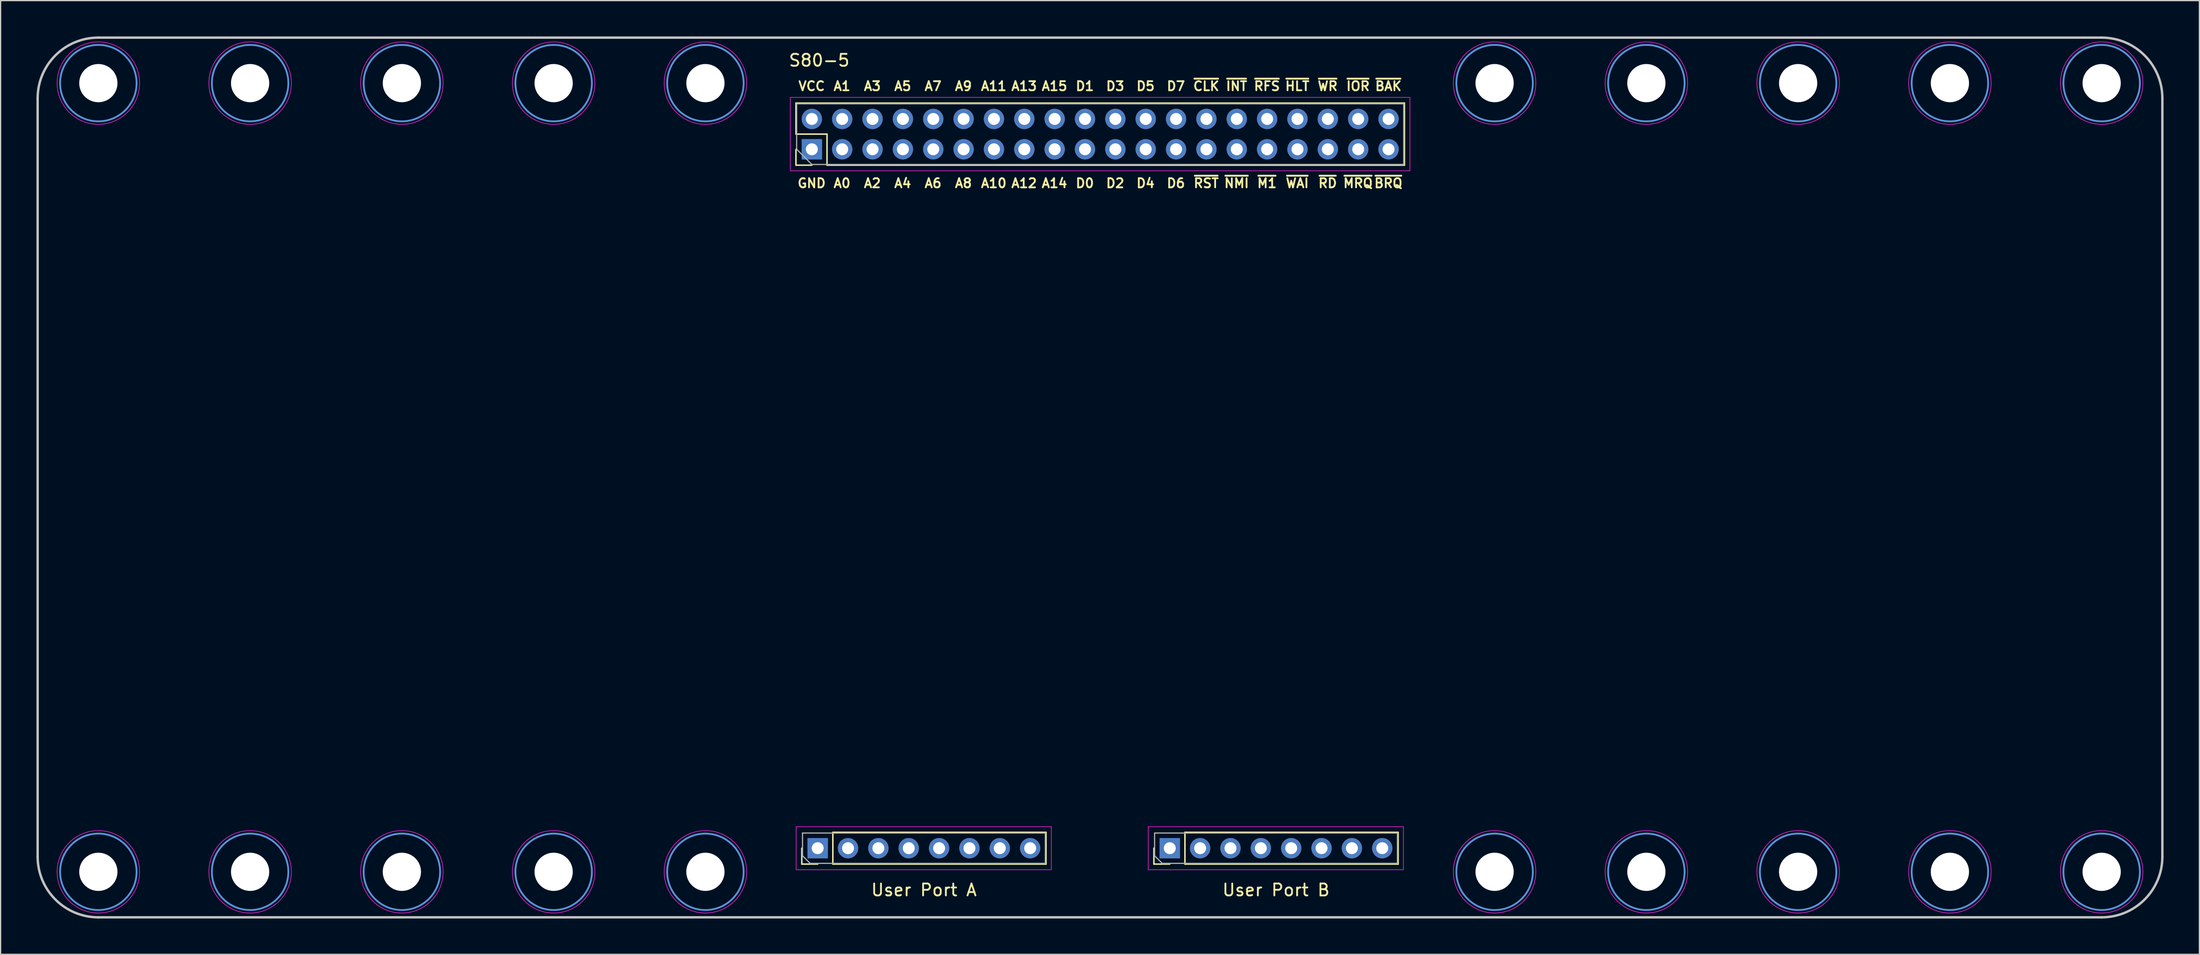
<source format=kicad_pcb>
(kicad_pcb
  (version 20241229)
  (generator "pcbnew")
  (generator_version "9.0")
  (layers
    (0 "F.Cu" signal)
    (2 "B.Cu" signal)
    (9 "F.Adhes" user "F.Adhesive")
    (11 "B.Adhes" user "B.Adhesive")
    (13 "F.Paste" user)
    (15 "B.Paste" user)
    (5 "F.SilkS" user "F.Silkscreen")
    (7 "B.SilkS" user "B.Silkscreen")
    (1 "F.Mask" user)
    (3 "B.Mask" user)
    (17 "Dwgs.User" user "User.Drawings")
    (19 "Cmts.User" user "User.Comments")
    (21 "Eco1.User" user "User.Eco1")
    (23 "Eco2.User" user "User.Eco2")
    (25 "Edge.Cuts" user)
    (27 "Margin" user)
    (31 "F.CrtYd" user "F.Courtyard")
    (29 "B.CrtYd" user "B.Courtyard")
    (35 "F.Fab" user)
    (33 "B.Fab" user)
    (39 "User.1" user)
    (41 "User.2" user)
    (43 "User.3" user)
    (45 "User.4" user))
  (footprint "S80-5"
    (layer "F.Cu")
    (at 89 36.93)
    (property "Reference" "S80-5" (at -23.495 -34.925 0) (layer "F.SilkS") (effects (font (size 1 1) (thickness 0.15))))
    (attr through_hole)
    (fp_line (start -25.444 -31.35) (end 25.476 -31.35) (stroke (width 0.12) (type solid)) (layer "F.SilkS"))
    (fp_line (start -25.444 -28.75) (end -25.444 -31.35) (stroke (width 0.12) (type solid)) (layer "F.SilkS"))
    (fp_line (start -25.444 -26.15) (end -25.444 -27.48) (stroke (width 0.12) (type solid)) (layer "F.SilkS"))
    (fp_line (start -24.955 32.372) (end -24.955 31.042) (stroke (width 0.12) (type solid)) (layer "F.SilkS"))
    (fp_line (start -24.114 -26.15) (end -25.444 -26.15) (stroke (width 0.12) (type solid)) (layer "F.SilkS"))
    (fp_line (start -23.625 32.372) (end -24.955 32.372) (stroke (width 0.12) (type solid)) (layer "F.SilkS"))
    (fp_line (start -22.844 -28.75) (end -25.444 -28.75) (stroke (width 0.12) (type solid)) (layer "F.SilkS"))
    (fp_line (start -22.844 -26.15) (end -22.844 -28.75) (stroke (width 0.12) (type solid)) (layer "F.SilkS"))
    (fp_line (start -22.844 -26.15) (end 25.476 -26.15) (stroke (width 0.12) (type solid)) (layer "F.SilkS"))
    (fp_line (start -22.355 29.712) (end -4.515 29.712) (stroke (width 0.12) (type solid)) (layer "F.SilkS"))
    (fp_line (start -22.355 32.372) (end -22.355 29.712) (stroke (width 0.12) (type solid)) (layer "F.SilkS"))
    (fp_line (start -22.355 32.372) (end -4.515 32.372) (stroke (width 0.12) (type solid)) (layer "F.SilkS"))
    (fp_line (start -4.515 32.372) (end -4.515 29.712) (stroke (width 0.12) (type solid)) (layer "F.SilkS"))
    (fp_line (start 4.509 32.372) (end 4.509 31.042) (stroke (width 0.12) (type solid)) (layer "F.SilkS"))
    (fp_line (start 5.839 32.372) (end 4.509 32.372) (stroke (width 0.12) (type solid)) (layer "F.SilkS"))
    (fp_line (start 7.109 29.712) (end 24.949 29.712) (stroke (width 0.12) (type solid)) (layer "F.SilkS"))
    (fp_line (start 7.109 32.372) (end 7.109 29.712) (stroke (width 0.12) (type solid)) (layer "F.SilkS"))
    (fp_line (start 7.109 32.372) (end 24.949 32.372) (stroke (width 0.12) (type solid)) (layer "F.SilkS"))
    (fp_line (start 24.949 32.372) (end 24.949 29.712) (stroke (width 0.12) (type solid)) (layer "F.SilkS"))
    (fp_line (start 25.476 -26.15) (end 25.476 -31.35) (stroke (width 0.12) (type solid)) (layer "F.SilkS"))
    (fp_line (start -88.9 -31.75) (end -88.9 31.75) (stroke (width 0.2) (type solid)) (layer "Dwgs.User"))
    (fp_line (start -83.82 -36.83) (end 83.82 -36.83) (stroke (width 0.2) (type solid)) (layer "Dwgs.User"))
    (fp_line (start -83.82 36.83) (end 83.82 36.83) (stroke (width 0.2) (type solid)) (layer "Dwgs.User"))
    (fp_line (start 88.9 -31.75) (end 88.9 31.75) (stroke (width 0.2) (type solid)) (layer "Dwgs.User"))
    (fp_arc (start -88.9 -31.75) (mid -87.412102 -35.342102) (end -83.82 -36.83) (stroke (width 0.2) (type solid)) (layer "Dwgs.User"))
    (fp_arc (start -83.82 36.83) (mid -87.412102 35.342102) (end -88.9 31.75) (stroke (width 0.2) (type solid)) (layer "Dwgs.User"))
    (fp_arc (start 83.82 -36.83) (mid 87.412102 -35.342102) (end 88.9 -31.75) (stroke (width 0.2) (type solid)) (layer "Dwgs.User"))
    (fp_arc (start 88.9 31.75) (mid 87.412102 35.342102) (end 83.82 36.83) (stroke (width 0.2) (type solid)) (layer "Dwgs.User"))
    (fp_circle (center -83.82 -33.02) (end -80.62 -33.02) (stroke (width 0.15) (type solid)) (fill no) (layer "Cmts.User"))
    (fp_circle (center -83.82 33.02) (end -80.62 33.02) (stroke (width 0.15) (type solid)) (fill no) (layer "Cmts.User"))
    (fp_circle (center -71.12 -33.02) (end -67.92 -33.02) (stroke (width 0.15) (type solid)) (fill no) (layer "Cmts.User"))
    (fp_circle (center -71.12 33.02) (end -67.92 33.02) (stroke (width 0.15) (type solid)) (fill no) (layer "Cmts.User"))
    (fp_circle (center -58.42 -33.02) (end -55.22 -33.02) (stroke (width 0.15) (type solid)) (fill no) (layer "Cmts.User"))
    (fp_circle (center -58.42 33.02) (end -55.22 33.02) (stroke (width 0.15) (type solid)) (fill no) (layer "Cmts.User"))
    (fp_circle (center -45.72 -33.02) (end -42.52 -33.02) (stroke (width 0.15) (type solid)) (fill no) (layer "Cmts.User"))
    (fp_circle (center -45.72 33.02) (end -42.52 33.02) (stroke (width 0.15) (type solid)) (fill no) (layer "Cmts.User"))
    (fp_circle (center -33.02 -33.02) (end -29.82 -33.02) (stroke (width 0.15) (type solid)) (fill no) (layer "Cmts.User"))
    (fp_circle (center -33.02 33.02) (end -29.82 33.02) (stroke (width 0.15) (type solid)) (fill no) (layer "Cmts.User"))
    (fp_circle (center 33.02 -33.02) (end 36.22 -33.02) (stroke (width 0.15) (type solid)) (fill no) (layer "Cmts.User"))
    (fp_circle (center 33.02 33.02) (end 36.22 33.02) (stroke (width 0.15) (type solid)) (fill no) (layer "Cmts.User"))
    (fp_circle (center 45.72 -33.02) (end 48.92 -33.02) (stroke (width 0.15) (type solid)) (fill no) (layer "Cmts.User"))
    (fp_circle (center 45.72 33.02) (end 48.92 33.02) (stroke (width 0.15) (type solid)) (fill no) (layer "Cmts.User"))
    (fp_circle (center 58.42 -33.02) (end 61.62 -33.02) (stroke (width 0.15) (type solid)) (fill no) (layer "Cmts.User"))
    (fp_circle (center 58.42 33.02) (end 61.62 33.02) (stroke (width 0.15) (type solid)) (fill no) (layer "Cmts.User"))
    (fp_circle (center 71.12 -33.02) (end 74.32 -33.02) (stroke (width 0.15) (type solid)) (fill no) (layer "Cmts.User"))
    (fp_circle (center 71.12 33.02) (end 74.32 33.02) (stroke (width 0.15) (type solid)) (fill no) (layer "Cmts.User"))
    (fp_circle (center 83.82 -33.02) (end 87.02 -33.02) (stroke (width 0.15) (type solid)) (fill no) (layer "Cmts.User"))
    (fp_circle (center 83.82 33.02) (end 87.02 33.02) (stroke (width 0.15) (type solid)) (fill no) (layer "Cmts.User"))
    (fp_line (start -25.914 -31.83) (end -25.914 -25.68) (stroke (width 0.05) (type solid)) (layer "F.CrtYd"))
    (fp_line (start -25.914 -25.68) (end 25.936 -25.68) (stroke (width 0.05) (type solid)) (layer "F.CrtYd"))
    (fp_line (start -25.425 29.242) (end -25.425 32.842) (stroke (width 0.05) (type solid)) (layer "F.CrtYd"))
    (fp_line (start -25.425 32.842) (end -4.075 32.842) (stroke (width 0.05) (type solid)) (layer "F.CrtYd"))
    (fp_line (start -4.075 29.242) (end -25.425 29.242) (stroke (width 0.05) (type solid)) (layer "F.CrtYd"))
    (fp_line (start -4.075 32.842) (end -4.075 29.242) (stroke (width 0.05) (type solid)) (layer "F.CrtYd"))
    (fp_line (start 4.039 29.242) (end 4.039 32.842) (stroke (width 0.05) (type solid)) (layer "F.CrtYd"))
    (fp_line (start 4.039 32.842) (end 25.389 32.842) (stroke (width 0.05) (type solid)) (layer "F.CrtYd"))
    (fp_line (start 25.389 29.242) (end 4.039 29.242) (stroke (width 0.05) (type solid)) (layer "F.CrtYd"))
    (fp_line (start 25.389 32.842) (end 25.389 29.242) (stroke (width 0.05) (type solid)) (layer "F.CrtYd"))
    (fp_line (start 25.936 -31.83) (end -25.914 -31.83) (stroke (width 0.05) (type solid)) (layer "F.CrtYd"))
    (fp_line (start 25.936 -25.68) (end 25.936 -31.83) (stroke (width 0.05) (type solid)) (layer "F.CrtYd"))
    (fp_circle (center -83.82 -33.02) (end -80.37 -33.02) (stroke (width 0.05) (type solid)) (fill no) (layer "F.CrtYd"))
    (fp_circle (center -83.82 33.02) (end -80.37 33.02) (stroke (width 0.05) (type solid)) (fill no) (layer "F.CrtYd"))
    (fp_circle (center -71.12 -33.02) (end -67.67 -33.02) (stroke (width 0.05) (type solid)) (fill no) (layer "F.CrtYd"))
    (fp_circle (center -71.12 33.02) (end -67.67 33.02) (stroke (width 0.05) (type solid)) (fill no) (layer "F.CrtYd"))
    (fp_circle (center -58.42 -33.02) (end -54.97 -33.02) (stroke (width 0.05) (type solid)) (fill no) (layer "F.CrtYd"))
    (fp_circle (center -58.42 33.02) (end -54.97 33.02) (stroke (width 0.05) (type solid)) (fill no) (layer "F.CrtYd"))
    (fp_circle (center -45.72 -33.02) (end -42.27 -33.02) (stroke (width 0.05) (type solid)) (fill no) (layer "F.CrtYd"))
    (fp_circle (center -45.72 33.02) (end -42.27 33.02) (stroke (width 0.05) (type solid)) (fill no) (layer "F.CrtYd"))
    (fp_circle (center -33.02 -33.02) (end -29.57 -33.02) (stroke (width 0.05) (type solid)) (fill no) (layer "F.CrtYd"))
    (fp_circle (center -33.02 33.02) (end -29.57 33.02) (stroke (width 0.05) (type solid)) (fill no) (layer "F.CrtYd"))
    (fp_circle (center 33.02 -33.02) (end 36.47 -33.02) (stroke (width 0.05) (type solid)) (fill no) (layer "F.CrtYd"))
    (fp_circle (center 33.02 33.02) (end 36.47 33.02) (stroke (width 0.05) (type solid)) (fill no) (layer "F.CrtYd"))
    (fp_circle (center 45.72 -33.02) (end 49.17 -33.02) (stroke (width 0.05) (type solid)) (fill no) (layer "F.CrtYd"))
    (fp_circle (center 45.72 33.02) (end 49.17 33.02) (stroke (width 0.05) (type solid)) (fill no) (layer "F.CrtYd"))
    (fp_circle (center 58.42 -33.02) (end 61.87 -33.02) (stroke (width 0.05) (type solid)) (fill no) (layer "F.CrtYd"))
    (fp_circle (center 58.42 33.02) (end 61.87 33.02) (stroke (width 0.05) (type solid)) (fill no) (layer "F.CrtYd"))
    (fp_circle (center 71.12 -33.02) (end 74.57 -33.02) (stroke (width 0.05) (type solid)) (fill no) (layer "F.CrtYd"))
    (fp_circle (center 71.12 33.02) (end 74.57 33.02) (stroke (width 0.05) (type solid)) (fill no) (layer "F.CrtYd"))
    (fp_circle (center 83.82 -33.02) (end 87.27 -33.02) (stroke (width 0.05) (type solid)) (fill no) (layer "F.CrtYd"))
    (fp_circle (center 83.82 33.02) (end 87.27 33.02) (stroke (width 0.05) (type solid)) (fill no) (layer "F.CrtYd"))
    (fp_line (start -25.384 -31.29) (end 25.416 -31.29) (stroke (width 0.1) (type solid)) (layer "F.Fab"))
    (fp_line (start -25.384 -27.48) (end -25.384 -31.29) (stroke (width 0.1) (type solid)) (layer "F.Fab"))
    (fp_line (start -24.895 29.772) (end -4.575 29.772) (stroke (width 0.1) (type solid)) (layer "F.Fab"))
    (fp_line (start -24.895 31.677) (end -24.895 29.772) (stroke (width 0.1) (type solid)) (layer "F.Fab"))
    (fp_line (start -24.26 32.312) (end -24.895 31.677) (stroke (width 0.1) (type solid)) (layer "F.Fab"))
    (fp_line (start -24.114 -26.21) (end -25.384 -27.48) (stroke (width 0.1) (type solid)) (layer "F.Fab"))
    (fp_line (start -4.575 29.772) (end -4.575 32.312) (stroke (width 0.1) (type solid)) (layer "F.Fab"))
    (fp_line (start -4.575 32.312) (end -24.26 32.312) (stroke (width 0.1) (type solid)) (layer "F.Fab"))
    (fp_line (start 4.569 29.772) (end 24.889 29.772) (stroke (width 0.1) (type solid)) (layer "F.Fab"))
    (fp_line (start 4.569 31.677) (end 4.569 29.772) (stroke (width 0.1) (type solid)) (layer "F.Fab"))
    (fp_line (start 5.204 32.312) (end 4.569 31.677) (stroke (width 0.1) (type solid)) (layer "F.Fab"))
    (fp_line (start 24.889 29.772) (end 24.889 32.312) (stroke (width 0.1) (type solid)) (layer "F.Fab"))
    (fp_line (start 24.889 32.312) (end 5.204 32.312) (stroke (width 0.1) (type solid)) (layer "F.Fab"))
    (fp_line (start 25.416 -31.29) (end 25.416 -26.21) (stroke (width 0.1) (type solid)) (layer "F.Fab"))
    (fp_line (start 25.416 -26.21) (end -24.114 -26.21) (stroke (width 0.1) (type solid)) (layer "F.Fab"))
    (fp_text user "D0" (at -1.27 -24.638 0) (layer "F.SilkS") (effects (font (size 0.762 0.762) (thickness 0.15))))
    (fp_text user "A8" (at -11.43 -24.638 0) (layer "F.SilkS") (effects (font (size 0.762 0.762) (thickness 0.15))))
    (fp_text user "A2" (at -19.05 -24.638 0) (layer "F.SilkS") (effects (font (size 0.762 0.762) (thickness 0.15))))
    (fp_text user "A9" (at -11.43 -32.766 0) (layer "F.SilkS") (effects (font (size 0.762 0.762) (thickness 0.15))))
    (fp_text user "~{WAI}" (at 16.51 -24.638 0) (layer "F.SilkS") (effects (font (size 0.762 0.762) (thickness 0.15))))
    (fp_text user "~{RD}" (at 19.05 -24.638 0) (layer "F.SilkS") (effects (font (size 0.762 0.762) (thickness 0.15))))
    (fp_text user "User Port B" (at 14.732 34.544 0) (layer "F.SilkS") (effects (font (size 1 1) (thickness 0.15))))
    (fp_text user "A10" (at -8.89 -24.638 0) (layer "F.SilkS") (effects (font (size 0.762 0.762) (thickness 0.15))))
    (fp_text user "~{RFS}" (at 13.97 -32.766 0) (layer "F.SilkS") (effects (font (size 0.762 0.762) (thickness 0.15))))
    (fp_text user "User Port A" (at -14.732 34.544 0) (layer "F.SilkS") (effects (font (size 1 1) (thickness 0.15))))
    (fp_text user "A12" (at -6.35 -24.638 0) (layer "F.SilkS") (effects (font (size 0.762 0.762) (thickness 0.15))))
    (fp_text user "D2" (at 1.27 -24.638 0) (layer "F.SilkS") (effects (font (size 0.762 0.762) (thickness 0.15))))
    (fp_text user "D7" (at 6.35 -32.766 0) (layer "F.SilkS") (effects (font (size 0.762 0.762) (thickness 0.15))))
    (fp_text user "A0" (at -21.59 -24.638 0) (layer "F.SilkS") (effects (font (size 0.762 0.762) (thickness 0.15))))
    (fp_text user "VCC" (at -24.13 -32.766 0) (layer "F.SilkS") (effects (font (size 0.762 0.762) (thickness 0.15))))
    (fp_text user "~{M1}" (at 13.97 -24.638 0) (layer "F.SilkS") (effects (font (size 0.762 0.762) (thickness 0.15))))
    (fp_text user "~{HLT}" (at 16.51 -32.766 0) (layer "F.SilkS") (effects (font (size 0.762 0.762) (thickness 0.15))))
    (fp_text user "~{NMI}" (at 11.43 -24.638 0) (layer "F.SilkS") (effects (font (size 0.762 0.762) (thickness 0.15))))
    (fp_text user "A11" (at -8.89 -32.766 0) (layer "F.SilkS") (effects (font (size 0.762 0.762) (thickness 0.15))))
    (fp_text user "~{MRQ}" (at 21.59 -24.638 0) (layer "F.SilkS") (effects (font (size 0.762 0.762) (thickness 0.15))))
    (fp_text user "A7" (at -13.97 -32.766 0) (layer "F.SilkS") (effects (font (size 0.762 0.762) (thickness 0.15))))
    (fp_text user "A1" (at -21.59 -32.766 0) (layer "F.SilkS") (effects (font (size 0.762 0.762) (thickness 0.15))))
    (fp_text user "~{CLK}" (at 8.89 -32.766 0) (layer "F.SilkS") (effects (font (size 0.762 0.762) (thickness 0.15))))
    (fp_text user "D1" (at -1.27 -32.766 0) (layer "F.SilkS") (effects (font (size 0.762 0.762) (thickness 0.15))))
    (fp_text user "~{WR}" (at 19.05 -32.766 0) (layer "F.SilkS") (effects (font (size 0.762 0.762) (thickness 0.15))))
    (fp_text user "D4" (at 3.81 -24.638 0) (layer "F.SilkS") (effects (font (size 0.762 0.762) (thickness 0.15))))
    (fp_text user "A6" (at -13.97 -24.638 0) (layer "F.SilkS") (effects (font (size 0.762 0.762) (thickness 0.15))))
    (fp_text user "GND" (at -24.13 -24.638 0) (layer "F.SilkS") (effects (font (size 0.762 0.762) (thickness 0.15))))
    (fp_text user "A4" (at -16.51 -24.638 0) (layer "F.SilkS") (effects (font (size 0.762 0.762) (thickness 0.15))))
    (fp_text user "~{RST}" (at 8.89 -24.638 0) (layer "F.SilkS") (effects (font (size 0.762 0.762) (thickness 0.15))))
    (fp_text user "A3" (at -19.05 -32.766 0) (layer "F.SilkS") (effects (font (size 0.762 0.762) (thickness 0.15))))
    (fp_text user "~{INT}" (at 11.43 -32.766 0) (layer "F.SilkS") (effects (font (size 0.762 0.762) (thickness 0.15))))
    (fp_text user "A13" (at -6.35 -32.766 0) (layer "F.SilkS") (effects (font (size 0.762 0.762) (thickness 0.15))))
    (fp_text user "A15" (at -3.81 -32.766 0) (layer "F.SilkS") (effects (font (size 0.762 0.762) (thickness 0.15))))
    (fp_text user "~{BAK}" (at 24.13 -32.766 0) (layer "F.SilkS") (effects (font (size 0.762 0.762) (thickness 0.15))))
    (fp_text user "~{BRQ}" (at 24.13 -24.638 0) (layer "F.SilkS") (effects (font (size 0.762 0.762) (thickness 0.15))))
    (fp_text user "A14" (at -3.81 -24.638 0) (layer "F.SilkS") (effects (font (size 0.762 0.762) (thickness 0.15))))
    (fp_text user "~{IOR}" (at 21.59 -32.766 0) (layer "F.SilkS") (effects (font (size 0.762 0.762) (thickness 0.15))))
    (fp_text user "A5" (at -16.51 -32.766 0) (layer "F.SilkS") (effects (font (size 0.762 0.762) (thickness 0.15))))
    (fp_text user "D5" (at 3.81 -32.766 0) (layer "F.SilkS") (effects (font (size 0.762 0.762) (thickness 0.15))))
    (fp_text user "D6" (at 6.35 -24.638 0) (layer "F.SilkS") (effects (font (size 0.762 0.762) (thickness 0.15))))
    (fp_text user "D3" (at 1.27 -32.766 0) (layer "F.SilkS") (effects (font (size 0.762 0.762) (thickness 0.15))))
    (pad "" np_thru_hole circle (at -83.82 -33.02) (size 3.2 3.2) (drill 3.2) (layers "*.Cu" "*.Mask"))
    (pad "" np_thru_hole circle (at -83.82 33.02) (size 3.2 3.2) (drill 3.2) (layers "*.Cu" "*.Mask"))
    (pad "" np_thru_hole circle (at -71.12 -33.02) (size 3.2 3.2) (drill 3.2) (layers "*.Cu" "*.Mask"))
    (pad "" np_thru_hole circle (at -71.12 33.02) (size 3.2 3.2) (drill 3.2) (layers "*.Cu" "*.Mask"))
    (pad "" np_thru_hole circle (at -58.42 -33.02) (size 3.2 3.2) (drill 3.2) (layers "*.Cu" "*.Mask"))
    (pad "" np_thru_hole circle (at -58.42 33.02) (size 3.2 3.2) (drill 3.2) (layers "*.Cu" "*.Mask"))
    (pad "" np_thru_hole circle (at -45.72 -33.02) (size 3.2 3.2) (drill 3.2) (layers "*.Cu" "*.Mask"))
    (pad "" np_thru_hole circle (at -45.72 33.02) (size 3.2 3.2) (drill 3.2) (layers "*.Cu" "*.Mask"))
    (pad "" np_thru_hole circle (at -33.02 -33.02) (size 3.2 3.2) (drill 3.2) (layers "*.Cu" "*.Mask"))
    (pad "" np_thru_hole circle (at -33.02 33.02) (size 3.2 3.2) (drill 3.2) (layers "*.Cu" "*.Mask"))
    (pad "" np_thru_hole circle (at 33.02 -33.02) (size 3.2 3.2) (drill 3.2) (layers "*.Cu" "*.Mask"))
    (pad "" np_thru_hole circle (at 33.02 33.02) (size 3.2 3.2) (drill 3.2) (layers "*.Cu" "*.Mask"))
    (pad "" np_thru_hole circle (at 45.72 -33.02) (size 3.2 3.2) (drill 3.2) (layers "*.Cu" "*.Mask"))
    (pad "" np_thru_hole circle (at 45.72 33.02) (size 3.2 3.2) (drill 3.2) (layers "*.Cu" "*.Mask"))
    (pad "" np_thru_hole circle (at 58.42 -33.02) (size 3.2 3.2) (drill 3.2) (layers "*.Cu" "*.Mask"))
    (pad "" np_thru_hole circle (at 58.42 33.02) (size 3.2 3.2) (drill 3.2) (layers "*.Cu" "*.Mask"))
    (pad "" np_thru_hole circle (at 71.12 -33.02) (size 3.2 3.2) (drill 3.2) (layers "*.Cu" "*.Mask"))
    (pad "" np_thru_hole circle (at 71.12 33.02) (size 3.2 3.2) (drill 3.2) (layers "*.Cu" "*.Mask"))
    (pad "" np_thru_hole circle (at 83.82 -33.02) (size 3.2 3.2) (drill 3.2) (layers "*.Cu" "*.Mask"))
    (pad "" np_thru_hole circle (at 83.82 33.02) (size 3.2 3.2) (drill 3.2) (layers "*.Cu" "*.Mask"))
    (pad "1" thru_hole rect (at -24.114 -27.48 90) (size 1.7 1.7) (drill 1) (layers "*.Cu" "*.Mask"))
    (pad "2" thru_hole oval (at -24.114 -30.02 90) (size 1.7 1.7) (drill 1) (layers "*.Cu" "*.Mask"))
    (pad "3" thru_hole oval (at -21.574 -27.48 90) (size 1.7 1.7) (drill 1) (layers "*.Cu" "*.Mask"))
    (pad "4" thru_hole oval (at -21.574 -30.02 90) (size 1.7 1.7) (drill 1) (layers "*.Cu" "*.Mask"))
    (pad "5" thru_hole oval (at -19.034 -27.48 90) (size 1.7 1.7) (drill 1) (layers "*.Cu" "*.Mask"))
    (pad "6" thru_hole oval (at -19.034 -30.02 90) (size 1.7 1.7) (drill 1) (layers "*.Cu" "*.Mask"))
    (pad "7" thru_hole oval (at -16.494 -27.48 90) (size 1.7 1.7) (drill 1) (layers "*.Cu" "*.Mask"))
    (pad "8" thru_hole oval (at -16.494 -30.02 90) (size 1.7 1.7) (drill 1) (layers "*.Cu" "*.Mask"))
    (pad "9" thru_hole oval (at -13.954 -27.48 90) (size 1.7 1.7) (drill 1) (layers "*.Cu" "*.Mask"))
    (pad "10" thru_hole oval (at -13.954 -30.02 90) (size 1.7 1.7) (drill 1) (layers "*.Cu" "*.Mask"))
    (pad "11" thru_hole oval (at -11.414 -27.48 90) (size 1.7 1.7) (drill 1) (layers "*.Cu" "*.Mask"))
    (pad "12" thru_hole oval (at -11.414 -30.02 90) (size 1.7 1.7) (drill 1) (layers "*.Cu" "*.Mask"))
    (pad "13" thru_hole oval (at -8.874 -27.48 90) (size 1.7 1.7) (drill 1) (layers "*.Cu" "*.Mask"))
    (pad "14" thru_hole oval (at -8.874 -30.02 90) (size 1.7 1.7) (drill 1) (layers "*.Cu" "*.Mask"))
    (pad "15" thru_hole oval (at -6.334 -27.48 90) (size 1.7 1.7) (drill 1) (layers "*.Cu" "*.Mask"))
    (pad "16" thru_hole oval (at -6.334 -30.02 90) (size 1.7 1.7) (drill 1) (layers "*.Cu" "*.Mask"))
    (pad "17" thru_hole oval (at -3.794 -27.48 90) (size 1.7 1.7) (drill 1) (layers "*.Cu" "*.Mask"))
    (pad "18" thru_hole oval (at -3.794 -30.02 90) (size 1.7 1.7) (drill 1) (layers "*.Cu" "*.Mask"))
    (pad "19" thru_hole oval (at -1.254 -27.48 90) (size 1.7 1.7) (drill 1) (layers "*.Cu" "*.Mask"))
    (pad "20" thru_hole oval (at -1.254 -30.02 90) (size 1.7 1.7) (drill 1) (layers "*.Cu" "*.Mask"))
    (pad "21" thru_hole oval (at 1.286 -27.48 90) (size 1.7 1.7) (drill 1) (layers "*.Cu" "*.Mask"))
    (pad "22" thru_hole oval (at 1.286 -30.02 90) (size 1.7 1.7) (drill 1) (layers "*.Cu" "*.Mask"))
    (pad "23" thru_hole oval (at 3.826 -27.48 90) (size 1.7 1.7) (drill 1) (layers "*.Cu" "*.Mask"))
    (pad "24" thru_hole oval (at 3.826 -30.02 90) (size 1.7 1.7) (drill 1) (layers "*.Cu" "*.Mask"))
    (pad "25" thru_hole oval (at 6.366 -27.48 90) (size 1.7 1.7) (drill 1) (layers "*.Cu" "*.Mask"))
    (pad "26" thru_hole oval (at 6.366 -30.02 90) (size 1.7 1.7) (drill 1) (layers "*.Cu" "*.Mask"))
    (pad "27" thru_hole oval (at 8.906 -27.48 90) (size 1.7 1.7) (drill 1) (layers "*.Cu" "*.Mask"))
    (pad "28" thru_hole oval (at 8.906 -30.02 90) (size 1.7 1.7) (drill 1) (layers "*.Cu" "*.Mask"))
    (pad "29" thru_hole oval (at 11.446 -27.48 90) (size 1.7 1.7) (drill 1) (layers "*.Cu" "*.Mask"))
    (pad "30" thru_hole oval (at 11.446 -30.02 90) (size 1.7 1.7) (drill 1) (layers "*.Cu" "*.Mask"))
    (pad "31" thru_hole oval (at 13.986 -27.48 90) (size 1.7 1.7) (drill 1) (layers "*.Cu" "*.Mask"))
    (pad "32" thru_hole oval (at 13.986 -30.02 90) (size 1.7 1.7) (drill 1) (layers "*.Cu" "*.Mask"))
    (pad "33" thru_hole oval (at 16.526 -27.48 90) (size 1.7 1.7) (drill 1) (layers "*.Cu" "*.Mask"))
    (pad "34" thru_hole oval (at 16.526 -30.02 90) (size 1.7 1.7) (drill 1) (layers "*.Cu" "*.Mask"))
    (pad "35" thru_hole oval (at 19.066 -27.48 90) (size 1.7 1.7) (drill 1) (layers "*.Cu" "*.Mask"))
    (pad "36" thru_hole oval (at 19.066 -30.02 90) (size 1.7 1.7) (drill 1) (layers "*.Cu" "*.Mask"))
    (pad "37" thru_hole oval (at 21.606 -27.48 90) (size 1.7 1.7) (drill 1) (layers "*.Cu" "*.Mask"))
    (pad "38" thru_hole oval (at 21.606 -30.02 90) (size 1.7 1.7) (drill 1) (layers "*.Cu" "*.Mask"))
    (pad "39" thru_hole oval (at 24.146 -27.48 90) (size 1.7 1.7) (drill 1) (layers "*.Cu" "*.Mask"))
    (pad "40" thru_hole oval (at 24.146 -30.02 90) (size 1.7 1.7) (drill 1) (layers "*.Cu" "*.Mask"))
    (pad "41" thru_hole rect (at -23.625 31.042 90) (size 1.7 1.7) (drill 1) (layers "*.Cu" "*.Mask"))
    (pad "42" thru_hole oval (at -21.085 31.042 90) (size 1.7 1.7) (drill 1) (layers "*.Cu" "*.Mask"))
    (pad "43" thru_hole oval (at -18.545 31.042 90) (size 1.7 1.7) (drill 1) (layers "*.Cu" "*.Mask"))
    (pad "44" thru_hole oval (at -16.005 31.042 90) (size 1.7 1.7) (drill 1) (layers "*.Cu" "*.Mask"))
    (pad "45" thru_hole oval (at -13.465 31.042 90) (size 1.7 1.7) (drill 1) (layers "*.Cu" "*.Mask"))
    (pad "46" thru_hole oval (at -10.925 31.042 90) (size 1.7 1.7) (drill 1) (layers "*.Cu" "*.Mask"))
    (pad "47" thru_hole oval (at -8.385 31.042 90) (size 1.7 1.7) (drill 1) (layers "*.Cu" "*.Mask"))
    (pad "48" thru_hole oval (at -5.845 31.042 90) (size 1.7 1.7) (drill 1) (layers "*.Cu" "*.Mask"))
    (pad "49" thru_hole rect (at 5.839 31.042 90) (size 1.7 1.7) (drill 1) (layers "*.Cu" "*.Mask"))
    (pad "50" thru_hole oval (at 8.379 31.042 90) (size 1.7 1.7) (drill 1) (layers "*.Cu" "*.Mask"))
    (pad "51" thru_hole oval (at 10.919 31.042 90) (size 1.7 1.7) (drill 1) (layers "*.Cu" "*.Mask"))
    (pad "52" thru_hole oval (at 13.459 31.042 90) (size 1.7 1.7) (drill 1) (layers "*.Cu" "*.Mask"))
    (pad "53" thru_hole oval (at 15.999 31.042 90) (size 1.7 1.7) (drill 1) (layers "*.Cu" "*.Mask"))
    (pad "54" thru_hole oval (at 18.539 31.042 90) (size 1.7 1.7) (drill 1) (layers "*.Cu" "*.Mask"))
    (pad "55" thru_hole oval (at 21.079 31.042 90) (size 1.7 1.7) (drill 1) (layers "*.Cu" "*.Mask"))
    (pad "56" thru_hole oval (at 23.619 31.042 90) (size 1.7 1.7) (drill 1) (layers "*.Cu" "*.Mask")))
  (gr_rect
    (start -3 -3)
    (end 181 76.86)
    (stroke (width 0.1) (type default))
    (fill no)
    (layer "Edge.Cuts")))
</source>
